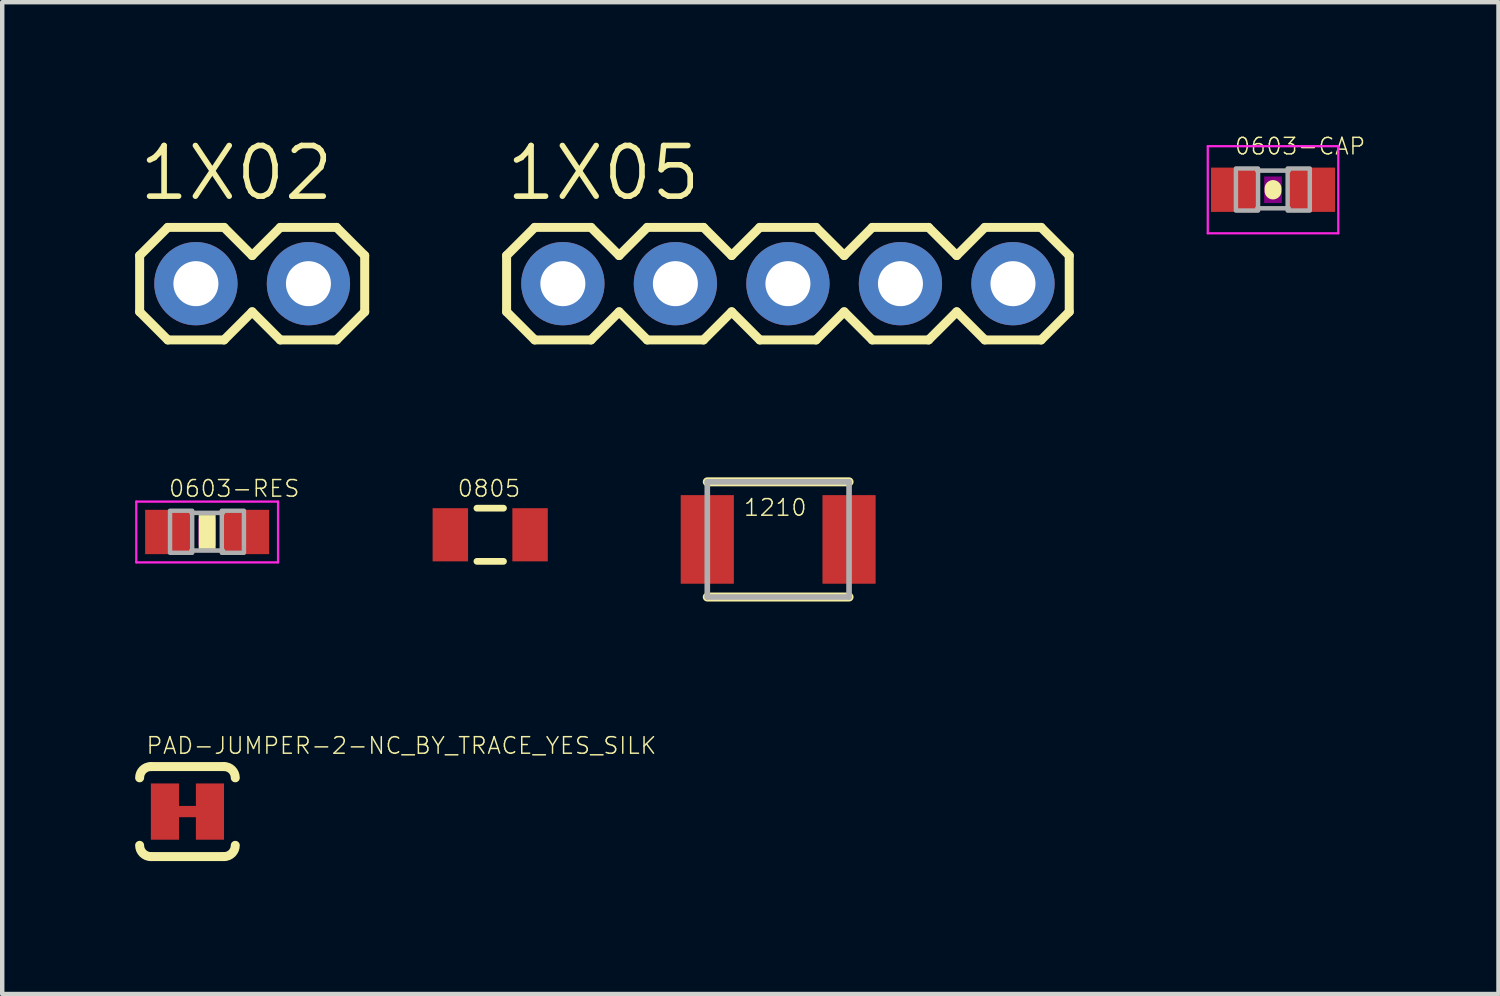
<source format=kicad_pcb>
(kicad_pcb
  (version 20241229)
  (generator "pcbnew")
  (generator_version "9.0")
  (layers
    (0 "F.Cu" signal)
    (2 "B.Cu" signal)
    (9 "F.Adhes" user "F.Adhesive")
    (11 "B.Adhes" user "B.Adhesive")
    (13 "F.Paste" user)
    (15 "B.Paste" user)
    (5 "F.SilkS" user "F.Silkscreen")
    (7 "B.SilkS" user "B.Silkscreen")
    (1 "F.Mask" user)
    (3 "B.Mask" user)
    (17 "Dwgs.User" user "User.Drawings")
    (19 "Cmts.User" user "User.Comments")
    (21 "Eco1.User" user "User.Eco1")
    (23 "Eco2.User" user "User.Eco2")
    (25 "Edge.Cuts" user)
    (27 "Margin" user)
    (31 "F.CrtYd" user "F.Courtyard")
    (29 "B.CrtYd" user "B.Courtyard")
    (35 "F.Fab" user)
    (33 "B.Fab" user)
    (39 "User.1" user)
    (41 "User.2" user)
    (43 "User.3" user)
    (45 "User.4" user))
  (footprint "0603-CAP"
    (layer "F.Cu")
    (at 25.685 1.233)
    (property "Reference" "0603-CAP" (at -0.889 -0.762 0) (layer "F.SilkS") (effects (font (size 0.374 0.374) (thickness 0.033)) (justify left bottom)))
    (fp_line (start 0 -0.028) (end 0 0.028) (stroke (width 0.381) (type solid)) (layer "F.SilkS"))
    (fp_poly (pts (xy -0.2 0.3) (xy 0.2 0.3) (xy 0.2 -0.3) (xy -0.2 -0.3)) (stroke (width 0) (type solid)) (fill yes) (layer "F.Adhes"))
    (fp_line (start -1.473 -0.983) (end 1.473 -0.983) (stroke (width 0.051) (type solid)) (layer "F.CrtYd"))
    (fp_line (start -1.473 0.983) (end -1.473 -0.983) (stroke (width 0.051) (type solid)) (layer "F.CrtYd"))
    (fp_line (start 1.473 -0.983) (end 1.473 0.983) (stroke (width 0.051) (type solid)) (layer "F.CrtYd"))
    (fp_line (start 1.473 0.983) (end -1.473 0.983) (stroke (width 0.051) (type solid)) (layer "F.CrtYd"))
    (fp_line (start -0.356 -0.432) (end 0.356 -0.432) (stroke (width 0.102) (type solid)) (layer "F.Fab"))
    (fp_line (start -0.356 0.419) (end 0.356 0.419) (stroke (width 0.102) (type solid)) (layer "F.Fab"))
    (fp_poly (pts (xy -0.838 0.47) (xy -0.338 0.47) (xy -0.338 -0.48) (xy -0.838 -0.48)) (stroke (width 0.1) (type solid)) (fill no) (layer "F.Fab"))
    (fp_poly (pts (xy 0.33 0.47) (xy 0.83 0.47) (xy 0.83 -0.48) (xy 0.33 -0.48)) (stroke (width 0.1) (type solid)) (fill no) (layer "F.Fab"))
    (pad "1" smd rect (at -0.85 0) (size 1.1 1) (layers "F.Cu" "F.Mask" "F.Paste"))
    (pad "2" smd rect (at 0.85 0) (size 1.1 1) (layers "F.Cu" "F.Mask" "F.Paste")))
  (footprint "1X05"
    (layer "F.Cu")
    (at 9.655 3.353)
    (property "Reference" "1X05" (at -1.346 -1.829 0) (layer "F.SilkS") (effects (font (size 1.143 1.143) (thickness 0.127)) (justify left bottom)))
    (fp_line (start -1.27 -0.635) (end -1.27 0.635) (stroke (width 0.203) (type solid)) (layer "F.SilkS"))
    (fp_line (start -1.27 0.635) (end -0.635 1.27) (stroke (width 0.203) (type solid)) (layer "F.SilkS"))
    (fp_line (start -0.635 -1.27) (end -1.27 -0.635) (stroke (width 0.203) (type solid)) (layer "F.SilkS"))
    (fp_line (start -0.635 -1.27) (end 0.635 -1.27) (stroke (width 0.203) (type solid)) (layer "F.SilkS"))
    (fp_line (start 0.635 -1.27) (end 1.27 -0.635) (stroke (width 0.203) (type solid)) (layer "F.SilkS"))
    (fp_line (start 0.635 1.27) (end -0.635 1.27) (stroke (width 0.203) (type solid)) (layer "F.SilkS"))
    (fp_line (start 1.27 -0.635) (end 1.905 -1.27) (stroke (width 0.203) (type solid)) (layer "F.SilkS"))
    (fp_line (start 1.27 0.635) (end 0.635 1.27) (stroke (width 0.203) (type solid)) (layer "F.SilkS"))
    (fp_line (start 1.905 -1.27) (end 3.175 -1.27) (stroke (width 0.203) (type solid)) (layer "F.SilkS"))
    (fp_line (start 1.905 1.27) (end 1.27 0.635) (stroke (width 0.203) (type solid)) (layer "F.SilkS"))
    (fp_line (start 3.175 -1.27) (end 3.81 -0.635) (stroke (width 0.203) (type solid)) (layer "F.SilkS"))
    (fp_line (start 3.175 1.27) (end 1.905 1.27) (stroke (width 0.203) (type solid)) (layer "F.SilkS"))
    (fp_line (start 3.81 -0.635) (end 4.445 -1.27) (stroke (width 0.203) (type solid)) (layer "F.SilkS"))
    (fp_line (start 3.81 0.635) (end 3.175 1.27) (stroke (width 0.203) (type solid)) (layer "F.SilkS"))
    (fp_line (start 4.445 -1.27) (end 5.715 -1.27) (stroke (width 0.203) (type solid)) (layer "F.SilkS"))
    (fp_line (start 4.445 1.27) (end 3.81 0.635) (stroke (width 0.203) (type solid)) (layer "F.SilkS"))
    (fp_line (start 5.715 -1.27) (end 6.35 -0.635) (stroke (width 0.203) (type solid)) (layer "F.SilkS"))
    (fp_line (start 5.715 1.27) (end 4.445 1.27) (stroke (width 0.203) (type solid)) (layer "F.SilkS"))
    (fp_line (start 6.35 0.635) (end 5.715 1.27) (stroke (width 0.203) (type solid)) (layer "F.SilkS"))
    (fp_line (start 6.35 0.635) (end 6.985 1.27) (stroke (width 0.203) (type solid)) (layer "F.SilkS"))
    (fp_line (start 6.985 -1.27) (end 6.35 -0.635) (stroke (width 0.203) (type solid)) (layer "F.SilkS"))
    (fp_line (start 6.985 -1.27) (end 8.255 -1.27) (stroke (width 0.203) (type solid)) (layer "F.SilkS"))
    (fp_line (start 8.255 -1.27) (end 8.89 -0.635) (stroke (width 0.203) (type solid)) (layer "F.SilkS"))
    (fp_line (start 8.255 1.27) (end 6.985 1.27) (stroke (width 0.203) (type solid)) (layer "F.SilkS"))
    (fp_line (start 8.89 -0.635) (end 9.525 -1.27) (stroke (width 0.203) (type solid)) (layer "F.SilkS"))
    (fp_line (start 8.89 0.635) (end 8.255 1.27) (stroke (width 0.203) (type solid)) (layer "F.SilkS"))
    (fp_line (start 9.525 -1.27) (end 10.795 -1.27) (stroke (width 0.203) (type solid)) (layer "F.SilkS"))
    (fp_line (start 9.525 1.27) (end 8.89 0.635) (stroke (width 0.203) (type solid)) (layer "F.SilkS"))
    (fp_line (start 10.795 -1.27) (end 11.43 -0.635) (stroke (width 0.203) (type solid)) (layer "F.SilkS"))
    (fp_line (start 10.795 1.27) (end 9.525 1.27) (stroke (width 0.203) (type solid)) (layer "F.SilkS"))
    (fp_line (start 11.43 -0.635) (end 11.43 0.635) (stroke (width 0.203) (type solid)) (layer "F.SilkS"))
    (fp_line (start 11.43 0.635) (end 10.795 1.27) (stroke (width 0.203) (type solid)) (layer "F.SilkS"))
    (fp_poly (pts (xy -0.254 0.254) (xy 0.254 0.254) (xy 0.254 -0.254) (xy -0.254 -0.254)) (stroke (width 0.1) (type solid)) (fill no) (layer "F.Fab"))
    (fp_poly (pts (xy 2.286 0.254) (xy 2.794 0.254) (xy 2.794 -0.254) (xy 2.286 -0.254)) (stroke (width 0.1) (type solid)) (fill no) (layer "F.Fab"))
    (fp_poly (pts (xy 4.826 0.254) (xy 5.334 0.254) (xy 5.334 -0.254) (xy 4.826 -0.254)) (stroke (width 0.1) (type solid)) (fill no) (layer "F.Fab"))
    (fp_poly (pts (xy 7.366 0.254) (xy 7.874 0.254) (xy 7.874 -0.254) (xy 7.366 -0.254)) (stroke (width 0.1) (type solid)) (fill no) (layer "F.Fab"))
    (fp_poly (pts (xy 9.906 0.254) (xy 10.414 0.254) (xy 10.414 -0.254) (xy 9.906 -0.254)) (stroke (width 0.1) (type solid)) (fill no) (layer "F.Fab"))
    (pad "1" thru_hole circle (at 0 0 90) (size 1.88 1.88) (drill 1.016) (layers "*.Cu" "*.Mask"))
    (pad "2" thru_hole circle (at 2.54 0 90) (size 1.88 1.88) (drill 1.016) (layers "*.Cu" "*.Mask"))
    (pad "3" thru_hole circle (at 5.08 0 90) (size 1.88 1.88) (drill 1.016) (layers "*.Cu" "*.Mask"))
    (pad "4" thru_hole circle (at 7.62 0 90) (size 1.88 1.88) (drill 1.016) (layers "*.Cu" "*.Mask"))
    (pad "5" thru_hole circle (at 10.16 0 90) (size 1.88 1.88) (drill 1.016) (layers "*.Cu" "*.Mask")))
  (footprint "PAD-JUMPER-2-NC_BY_TRACE_YES_SILK"
    (layer "F.Cu")
    (at 1.181 15.269)
    (property "Reference" "PAD-JUMPER-2-NC_BY_TRACE_YES_SILK" (at -0.953 -1.27 0) (layer "F.SilkS") (effects (font (size 0.374 0.374) (thickness 0.033)) (justify left bottom)))
    (fp_line (start -0.381 0) (end 0.381 0) (stroke (width 0.254) (type solid)) (layer "F.Cu"))
    (fp_line (start -0.826 -1.016) (end 0.826 -1.016) (stroke (width 0.203) (type solid)) (layer "F.SilkS"))
    (fp_line (start 0.826 1.016) (end -0.826 1.016) (stroke (width 0.203) (type solid)) (layer "F.SilkS"))
    (fp_arc (start -1.0795 -0.762) (mid -1.005105 -0.941605) (end -0.8255 -1.016) (stroke (width 0.2032) (type solid)) (layer "F.SilkS"))
    (fp_arc (start -0.8255 1.016) (mid -1.005105 0.941605) (end -1.0795 0.762) (stroke (width 0.2032) (type solid)) (layer "F.SilkS"))
    (fp_arc (start 0.8255 -1.016) (mid 1.005105 -0.941605) (end 1.0795 -0.762) (stroke (width 0.2032) (type solid)) (layer "F.SilkS"))
    (fp_arc (start 1.0795 0.762) (mid 1.005105 0.941605) (end 0.8255 1.016) (stroke (width 0.2032) (type solid)) (layer "F.SilkS"))
    (pad "1" smd rect (at -0.508 0) (size 0.635 1.27) (layers "F.Cu" "F.Mask"))
    (pad "2" smd rect (at 0.508 0) (size 0.635 1.27) (layers "F.Cu" "F.Mask")))
  (footprint "0603-RES"
    (layer "F.Cu")
    (at 1.626 8.958)
    (property "Reference" "0603-RES" (at -0.889 -0.762 0) (layer "F.SilkS") (effects (font (size 0.374 0.374) (thickness 0.033)) (justify left bottom)))
    (fp_poly (pts (xy -0.191 0.381) (xy 0.191 0.381) (xy 0.191 -0.381) (xy -0.191 -0.381)) (stroke (width 0) (type solid)) (fill yes) (layer "F.SilkS"))
    (fp_poly (pts (xy -0.2 0.3) (xy 0.2 0.3) (xy 0.2 -0.3) (xy -0.2 -0.3)) (stroke (width 0) (type solid)) (fill yes) (layer "F.Adhes"))
    (fp_line (start -1.6 -0.686) (end 1.6 -0.686) (stroke (width 0.051) (type solid)) (layer "F.CrtYd"))
    (fp_line (start -1.6 0.686) (end -1.6 -0.686) (stroke (width 0.051) (type solid)) (layer "F.CrtYd"))
    (fp_line (start 1.6 -0.686) (end 1.6 0.686) (stroke (width 0.051) (type solid)) (layer "F.CrtYd"))
    (fp_line (start 1.6 0.686) (end -1.6 0.686) (stroke (width 0.051) (type solid)) (layer "F.CrtYd"))
    (fp_line (start -0.356 -0.432) (end 0.356 -0.432) (stroke (width 0.102) (type solid)) (layer "F.Fab"))
    (fp_line (start -0.356 0.419) (end 0.356 0.419) (stroke (width 0.102) (type solid)) (layer "F.Fab"))
    (fp_poly (pts (xy -0.838 0.47) (xy -0.338 0.47) (xy -0.338 -0.48) (xy -0.838 -0.48)) (stroke (width 0.1) (type solid)) (fill no) (layer "F.Fab"))
    (fp_poly (pts (xy 0.33 0.47) (xy 0.83 0.47) (xy 0.83 -0.48) (xy 0.33 -0.48)) (stroke (width 0.1) (type solid)) (fill no) (layer "F.Fab"))
    (pad "1" smd rect (at -0.85 0) (size 1.1 1) (layers "F.Cu" "F.Mask" "F.Paste"))
    (pad "2" smd rect (at 0.85 0) (size 1.1 1) (layers "F.Cu" "F.Mask" "F.Paste")))
  (footprint "1210"
    (layer "F.Cu")
    (at 14.515 9.126)
    (property "Reference" "1210" (at -0.8 -0.5 0) (layer "F.SilkS") (effects (font (size 0.374 0.374) (thickness 0.033)) (justify left bottom)))
    (fp_line (start -1.6 -1.3) (end 1.6 -1.3) (stroke (width 0.203) (type solid)) (layer "F.SilkS"))
    (fp_line (start -1.6 1.3) (end 1.6 1.3) (stroke (width 0.203) (type solid)) (layer "F.SilkS"))
    (fp_line (start -1.6 -1.3) (end 1.6 -1.3) (stroke (width 0.127) (type solid)) (layer "F.Fab"))
    (fp_line (start -1.6 1.3) (end -1.6 -1.3) (stroke (width 0.127) (type solid)) (layer "F.Fab"))
    (fp_line (start 1.6 -1.3) (end 1.6 1.3) (stroke (width 0.127) (type solid)) (layer "F.Fab"))
    (fp_line (start 1.6 1.3) (end -1.6 1.3) (stroke (width 0.127) (type solid)) (layer "F.Fab"))
    (pad "1" smd rect (at -1.6 0) (size 1.2 2) (layers "F.Cu" "F.Mask" "F.Paste"))
    (pad "2" smd rect (at 1.6 0) (size 1.2 2) (layers "F.Cu" "F.Mask" "F.Paste")))
  (footprint "1X02"
    (layer "F.Cu")
    (at 1.372 3.353)
    (property "Reference" "1X02" (at -1.346 -1.829 0) (layer "F.SilkS") (effects (font (size 1.143 1.143) (thickness 0.127)) (justify left bottom)))
    (fp_line (start -1.27 -0.635) (end -1.27 0.635) (stroke (width 0.203) (type solid)) (layer "F.SilkS"))
    (fp_line (start -1.27 0.635) (end -0.635 1.27) (stroke (width 0.203) (type solid)) (layer "F.SilkS"))
    (fp_line (start -0.635 -1.27) (end -1.27 -0.635) (stroke (width 0.203) (type solid)) (layer "F.SilkS"))
    (fp_line (start -0.635 -1.27) (end 0.635 -1.27) (stroke (width 0.203) (type solid)) (layer "F.SilkS"))
    (fp_line (start 0.635 -1.27) (end 1.27 -0.635) (stroke (width 0.203) (type solid)) (layer "F.SilkS"))
    (fp_line (start 0.635 1.27) (end -0.635 1.27) (stroke (width 0.203) (type solid)) (layer "F.SilkS"))
    (fp_line (start 1.27 -0.635) (end 1.905 -1.27) (stroke (width 0.203) (type solid)) (layer "F.SilkS"))
    (fp_line (start 1.27 0.635) (end 0.635 1.27) (stroke (width 0.203) (type solid)) (layer "F.SilkS"))
    (fp_line (start 1.905 -1.27) (end 3.175 -1.27) (stroke (width 0.203) (type solid)) (layer "F.SilkS"))
    (fp_line (start 1.905 1.27) (end 1.27 0.635) (stroke (width 0.203) (type solid)) (layer "F.SilkS"))
    (fp_line (start 3.175 -1.27) (end 3.81 -0.635) (stroke (width 0.203) (type solid)) (layer "F.SilkS"))
    (fp_line (start 3.175 1.27) (end 1.905 1.27) (stroke (width 0.203) (type solid)) (layer "F.SilkS"))
    (fp_line (start 3.81 -0.635) (end 3.81 0.635) (stroke (width 0.203) (type solid)) (layer "F.SilkS"))
    (fp_line (start 3.81 0.635) (end 3.175 1.27) (stroke (width 0.203) (type solid)) (layer "F.SilkS"))
    (fp_poly (pts (xy -0.254 0.254) (xy 0.254 0.254) (xy 0.254 -0.254) (xy -0.254 -0.254)) (stroke (width 0.1) (type solid)) (fill no) (layer "F.Fab"))
    (fp_poly (pts (xy 2.286 0.254) (xy 2.794 0.254) (xy 2.794 -0.254) (xy 2.286 -0.254)) (stroke (width 0.1) (type solid)) (fill no) (layer "F.Fab"))
    (pad "1" thru_hole circle (at 0 0 90) (size 1.88 1.88) (drill 1.016) (layers "*.Cu" "*.Mask"))
    (pad "2" thru_hole circle (at 2.54 0 90) (size 1.88 1.88) (drill 1.016) (layers "*.Cu" "*.Mask")))
  (footprint "0805"
    (layer "F.Cu")
    (at 8.015 9.021)
    (property "Reference" "0805" (at -0.762 -0.826 0) (layer "F.SilkS") (effects (font (size 0.374 0.374) (thickness 0.033)) (justify left bottom)))
    (fp_line (start -0.3 -0.6) (end 0.3 -0.6) (stroke (width 0.152) (type solid)) (layer "F.SilkS"))
    (fp_line (start -0.3 0.6) (end 0.3 0.6) (stroke (width 0.152) (type solid)) (layer "F.SilkS"))
    (pad "1" smd rect (at -0.9 0) (size 0.8 1.2) (layers "F.Cu" "F.Mask" "F.Paste"))
    (pad "2" smd rect (at 0.9 0) (size 0.8 1.2) (layers "F.Cu" "F.Mask" "F.Paste")))
  (gr_rect
    (start -3 -3)
    (end 30.774 19.387)
    (stroke (width 0.1) (type default))
    (fill no)
    (layer "Edge.Cuts")))
</source>
